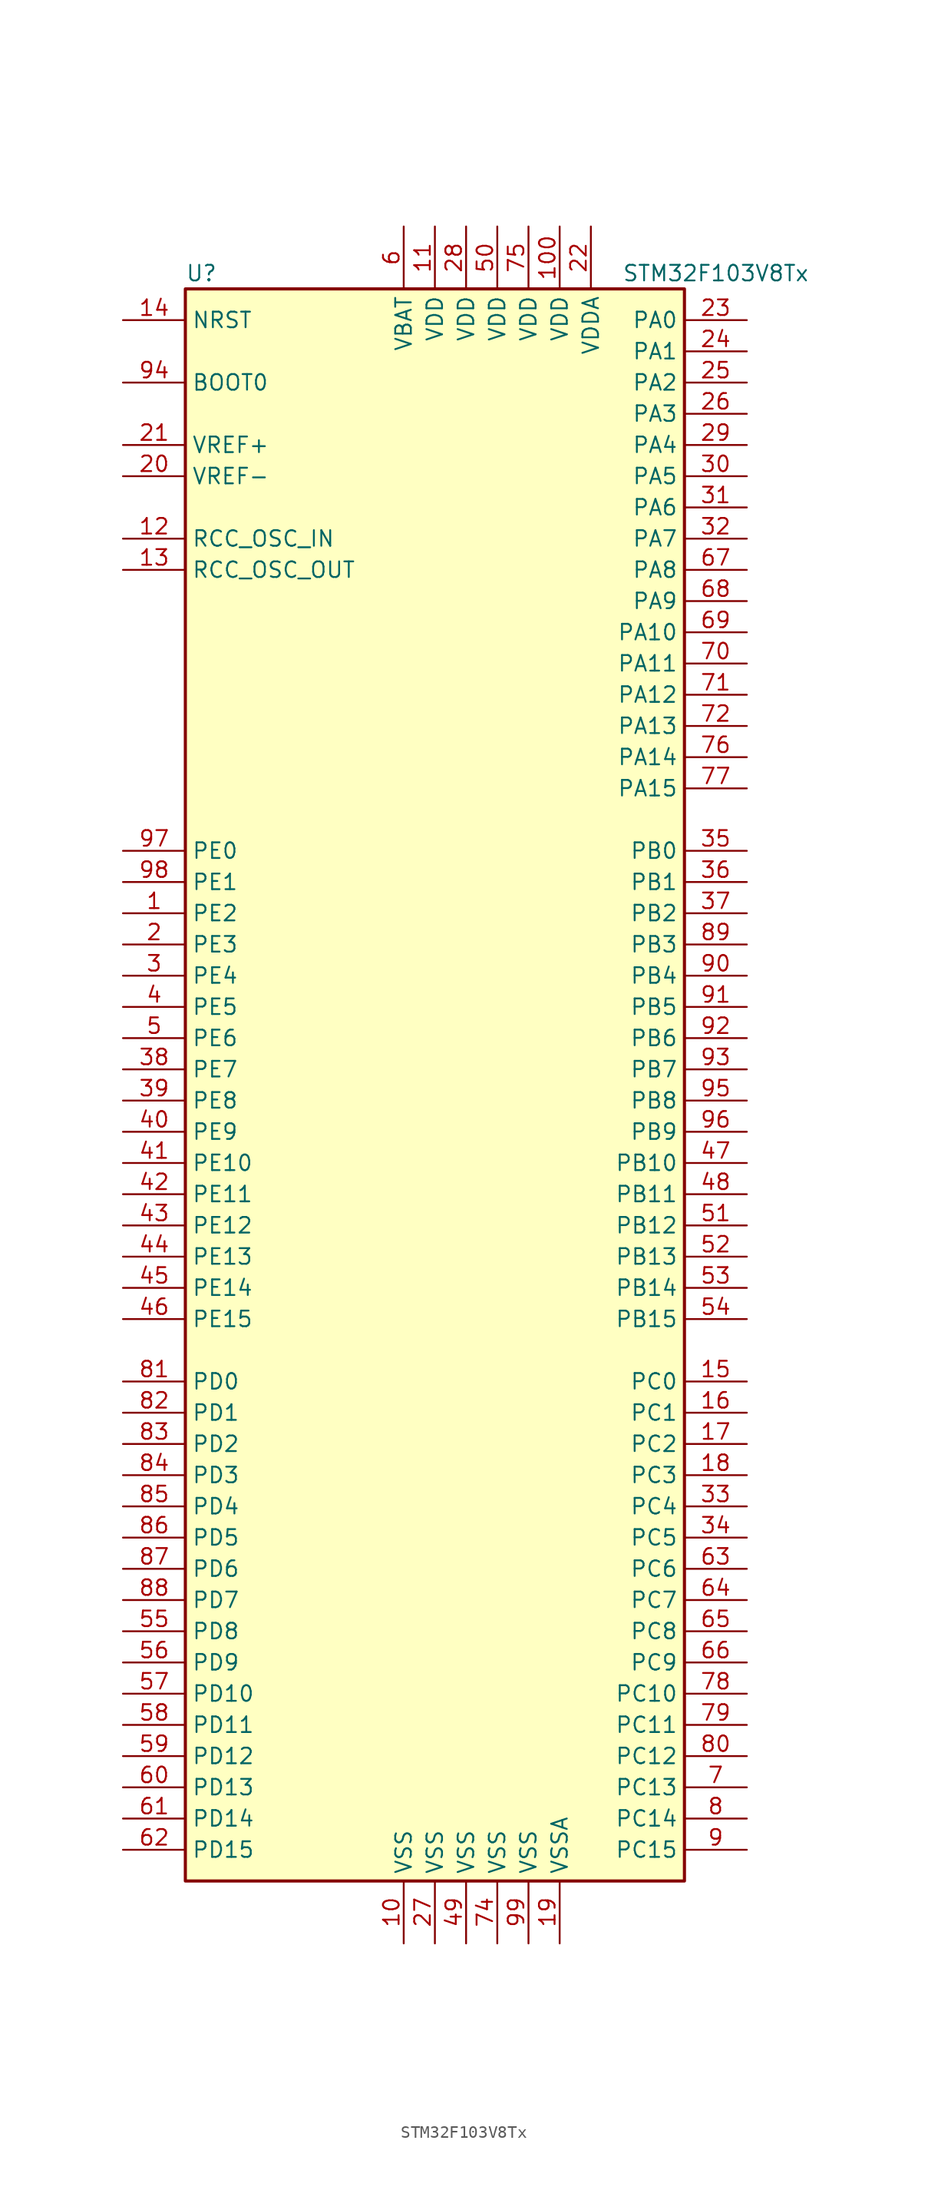
<source format=kicad_sym>
(kicad_symbol_lib
  (version 20201005)
  (generator kicad_symbol_editor)
  (symbol "STM32F103V8Tx"
    (property "Reference" "U"
      (at -20.32 64.77 0)
      (effects (font (size 1.27 1.27)) (justify left)))
    (property "Value" "STM32F103V8Tx"
      (at 15.24 64.77 0)
      (effects (font (size 1.27 1.27)) (justify left)))
    (symbol "STM32F103V8Tx_0_1"
      (rectangle (start -20.32 -66.04) (end 20.32 63.5) (stroke (width 0.254)) (fill (type background))))
    (symbol "STM32F103V8Tx_1_1"
      (pin input line (at -25.4 55.88 0) (length 5.08) (name "BOOT0" (effects (font (size 1.27 1.27)))) (number "94" (effects (font (size 1.27 1.27)))))
      (pin no_connect line (at -20.32 -63.5 0) (length 5.08) hide (name "NC" (effects (font (size 1.27 1.27)))) (number "73" (effects (font (size 1.27 1.27)))))
      (pin input line (at -25.4 60.96 0) (length 5.08) (name "NRST" (effects (font (size 1.27 1.27)))) (number "14" (effects (font (size 1.27 1.27)))))
      (pin bidirectional line (at 25.4 60.96 180) (length 5.08) (name "PA0" (effects (font (size 1.27 1.27)))) (number "23" (effects (font (size 1.27 1.27)))))
      (pin bidirectional line (at 25.4 58.42 180) (length 5.08) (name "PA1" (effects (font (size 1.27 1.27)))) (number "24" (effects (font (size 1.27 1.27)))))
      (pin bidirectional line (at 25.4 35.56 180) (length 5.08) (name "PA10" (effects (font (size 1.27 1.27)))) (number "69" (effects (font (size 1.27 1.27)))))
      (pin bidirectional line (at 25.4 33.02 180) (length 5.08) (name "PA11" (effects (font (size 1.27 1.27)))) (number "70" (effects (font (size 1.27 1.27)))))
      (pin bidirectional line (at 25.4 30.48 180) (length 5.08) (name "PA12" (effects (font (size 1.27 1.27)))) (number "71" (effects (font (size 1.27 1.27)))))
      (pin bidirectional line (at 25.4 27.94 180) (length 5.08) (name "PA13" (effects (font (size 1.27 1.27)))) (number "72" (effects (font (size 1.27 1.27)))))
      (pin bidirectional line (at 25.4 25.4 180) (length 5.08) (name "PA14" (effects (font (size 1.27 1.27)))) (number "76" (effects (font (size 1.27 1.27)))))
      (pin bidirectional line (at 25.4 22.86 180) (length 5.08) (name "PA15" (effects (font (size 1.27 1.27)))) (number "77" (effects (font (size 1.27 1.27)))))
      (pin bidirectional line (at 25.4 55.88 180) (length 5.08) (name "PA2" (effects (font (size 1.27 1.27)))) (number "25" (effects (font (size 1.27 1.27)))))
      (pin bidirectional line (at 25.4 53.34 180) (length 5.08) (name "PA3" (effects (font (size 1.27 1.27)))) (number "26" (effects (font (size 1.27 1.27)))))
      (pin bidirectional line (at 25.4 50.8 180) (length 5.08) (name "PA4" (effects (font (size 1.27 1.27)))) (number "29" (effects (font (size 1.27 1.27)))))
      (pin bidirectional line (at 25.4 48.26 180) (length 5.08) (name "PA5" (effects (font (size 1.27 1.27)))) (number "30" (effects (font (size 1.27 1.27)))))
      (pin bidirectional line (at 25.4 45.72 180) (length 5.08) (name "PA6" (effects (font (size 1.27 1.27)))) (number "31" (effects (font (size 1.27 1.27)))))
      (pin bidirectional line (at 25.4 43.18 180) (length 5.08) (name "PA7" (effects (font (size 1.27 1.27)))) (number "32" (effects (font (size 1.27 1.27)))))
      (pin bidirectional line (at 25.4 40.64 180) (length 5.08) (name "PA8" (effects (font (size 1.27 1.27)))) (number "67" (effects (font (size 1.27 1.27)))))
      (pin bidirectional line (at 25.4 38.1 180) (length 5.08) (name "PA9" (effects (font (size 1.27 1.27)))) (number "68" (effects (font (size 1.27 1.27)))))
      (pin bidirectional line (at 25.4 17.78 180) (length 5.08) (name "PB0" (effects (font (size 1.27 1.27)))) (number "35" (effects (font (size 1.27 1.27)))))
      (pin bidirectional line (at 25.4 15.24 180) (length 5.08) (name "PB1" (effects (font (size 1.27 1.27)))) (number "36" (effects (font (size 1.27 1.27)))))
      (pin bidirectional line (at 25.4 -7.62 180) (length 5.08) (name "PB10" (effects (font (size 1.27 1.27)))) (number "47" (effects (font (size 1.27 1.27)))))
      (pin bidirectional line (at 25.4 -10.16 180) (length 5.08) (name "PB11" (effects (font (size 1.27 1.27)))) (number "48" (effects (font (size 1.27 1.27)))))
      (pin bidirectional line (at 25.4 -12.7 180) (length 5.08) (name "PB12" (effects (font (size 1.27 1.27)))) (number "51" (effects (font (size 1.27 1.27)))))
      (pin bidirectional line (at 25.4 -15.24 180) (length 5.08) (name "PB13" (effects (font (size 1.27 1.27)))) (number "52" (effects (font (size 1.27 1.27)))))
      (pin bidirectional line (at 25.4 -17.78 180) (length 5.08) (name "PB14" (effects (font (size 1.27 1.27)))) (number "53" (effects (font (size 1.27 1.27)))))
      (pin bidirectional line (at 25.4 -20.32 180) (length 5.08) (name "PB15" (effects (font (size 1.27 1.27)))) (number "54" (effects (font (size 1.27 1.27)))))
      (pin bidirectional line (at 25.4 12.7 180) (length 5.08) (name "PB2" (effects (font (size 1.27 1.27)))) (number "37" (effects (font (size 1.27 1.27)))))
      (pin bidirectional line (at 25.4 10.16 180) (length 5.08) (name "PB3" (effects (font (size 1.27 1.27)))) (number "89" (effects (font (size 1.27 1.27)))))
      (pin bidirectional line (at 25.4 7.62 180) (length 5.08) (name "PB4" (effects (font (size 1.27 1.27)))) (number "90" (effects (font (size 1.27 1.27)))))
      (pin bidirectional line (at 25.4 5.08 180) (length 5.08) (name "PB5" (effects (font (size 1.27 1.27)))) (number "91" (effects (font (size 1.27 1.27)))))
      (pin bidirectional line (at 25.4 2.54 180) (length 5.08) (name "PB6" (effects (font (size 1.27 1.27)))) (number "92" (effects (font (size 1.27 1.27)))))
      (pin bidirectional line (at 25.4 0 180) (length 5.08) (name "PB7" (effects (font (size 1.27 1.27)))) (number "93" (effects (font (size 1.27 1.27)))))
      (pin bidirectional line (at 25.4 -2.54 180) (length 5.08) (name "PB8" (effects (font (size 1.27 1.27)))) (number "95" (effects (font (size 1.27 1.27)))))
      (pin bidirectional line (at 25.4 -5.08 180) (length 5.08) (name "PB9" (effects (font (size 1.27 1.27)))) (number "96" (effects (font (size 1.27 1.27)))))
      (pin bidirectional line (at 25.4 -25.4 180) (length 5.08) (name "PC0" (effects (font (size 1.27 1.27)))) (number "15" (effects (font (size 1.27 1.27)))))
      (pin bidirectional line (at 25.4 -27.94 180) (length 5.08) (name "PC1" (effects (font (size 1.27 1.27)))) (number "16" (effects (font (size 1.27 1.27)))))
      (pin bidirectional line (at 25.4 -50.8 180) (length 5.08) (name "PC10" (effects (font (size 1.27 1.27)))) (number "78" (effects (font (size 1.27 1.27)))))
      (pin bidirectional line (at 25.4 -53.34 180) (length 5.08) (name "PC11" (effects (font (size 1.27 1.27)))) (number "79" (effects (font (size 1.27 1.27)))))
      (pin bidirectional line (at 25.4 -55.88 180) (length 5.08) (name "PC12" (effects (font (size 1.27 1.27)))) (number "80" (effects (font (size 1.27 1.27)))))
      (pin bidirectional line (at 25.4 -58.42 180) (length 5.08) (name "PC13" (effects (font (size 1.27 1.27)))) (number "7" (effects (font (size 1.27 1.27)))))
      (pin bidirectional line (at 25.4 -60.96 180) (length 5.08) (name "PC14" (effects (font (size 1.27 1.27)))) (number "8" (effects (font (size 1.27 1.27)))))
      (pin bidirectional line (at 25.4 -63.5 180) (length 5.08) (name "PC15" (effects (font (size 1.27 1.27)))) (number "9" (effects (font (size 1.27 1.27)))))
      (pin bidirectional line (at 25.4 -30.48 180) (length 5.08) (name "PC2" (effects (font (size 1.27 1.27)))) (number "17" (effects (font (size 1.27 1.27)))))
      (pin bidirectional line (at 25.4 -33.02 180) (length 5.08) (name "PC3" (effects (font (size 1.27 1.27)))) (number "18" (effects (font (size 1.27 1.27)))))
      (pin bidirectional line (at 25.4 -35.56 180) (length 5.08) (name "PC4" (effects (font (size 1.27 1.27)))) (number "33" (effects (font (size 1.27 1.27)))))
      (pin bidirectional line (at 25.4 -38.1 180) (length 5.08) (name "PC5" (effects (font (size 1.27 1.27)))) (number "34" (effects (font (size 1.27 1.27)))))
      (pin bidirectional line (at 25.4 -40.64 180) (length 5.08) (name "PC6" (effects (font (size 1.27 1.27)))) (number "63" (effects (font (size 1.27 1.27)))))
      (pin bidirectional line (at 25.4 -43.18 180) (length 5.08) (name "PC7" (effects (font (size 1.27 1.27)))) (number "64" (effects (font (size 1.27 1.27)))))
      (pin bidirectional line (at 25.4 -45.72 180) (length 5.08) (name "PC8" (effects (font (size 1.27 1.27)))) (number "65" (effects (font (size 1.27 1.27)))))
      (pin bidirectional line (at 25.4 -48.26 180) (length 5.08) (name "PC9" (effects (font (size 1.27 1.27)))) (number "66" (effects (font (size 1.27 1.27)))))
      (pin bidirectional line (at -25.4 -25.4 0) (length 5.08) (name "PD0" (effects (font (size 1.27 1.27)))) (number "81" (effects (font (size 1.27 1.27)))))
      (pin bidirectional line (at -25.4 -27.94 0) (length 5.08) (name "PD1" (effects (font (size 1.27 1.27)))) (number "82" (effects (font (size 1.27 1.27)))))
      (pin bidirectional line (at -25.4 -50.8 0) (length 5.08) (name "PD10" (effects (font (size 1.27 1.27)))) (number "57" (effects (font (size 1.27 1.27)))))
      (pin bidirectional line (at -25.4 -53.34 0) (length 5.08) (name "PD11" (effects (font (size 1.27 1.27)))) (number "58" (effects (font (size 1.27 1.27)))))
      (pin bidirectional line (at -25.4 -55.88 0) (length 5.08) (name "PD12" (effects (font (size 1.27 1.27)))) (number "59" (effects (font (size 1.27 1.27)))))
      (pin bidirectional line (at -25.4 -58.42 0) (length 5.08) (name "PD13" (effects (font (size 1.27 1.27)))) (number "60" (effects (font (size 1.27 1.27)))))
      (pin bidirectional line (at -25.4 -60.96 0) (length 5.08) (name "PD14" (effects (font (size 1.27 1.27)))) (number "61" (effects (font (size 1.27 1.27)))))
      (pin bidirectional line (at -25.4 -63.5 0) (length 5.08) (name "PD15" (effects (font (size 1.27 1.27)))) (number "62" (effects (font (size 1.27 1.27)))))
      (pin bidirectional line (at -25.4 -30.48 0) (length 5.08) (name "PD2" (effects (font (size 1.27 1.27)))) (number "83" (effects (font (size 1.27 1.27)))))
      (pin bidirectional line (at -25.4 -33.02 0) (length 5.08) (name "PD3" (effects (font (size 1.27 1.27)))) (number "84" (effects (font (size 1.27 1.27)))))
      (pin bidirectional line (at -25.4 -35.56 0) (length 5.08) (name "PD4" (effects (font (size 1.27 1.27)))) (number "85" (effects (font (size 1.27 1.27)))))
      (pin bidirectional line (at -25.4 -38.1 0) (length 5.08) (name "PD5" (effects (font (size 1.27 1.27)))) (number "86" (effects (font (size 1.27 1.27)))))
      (pin bidirectional line (at -25.4 -40.64 0) (length 5.08) (name "PD6" (effects (font (size 1.27 1.27)))) (number "87" (effects (font (size 1.27 1.27)))))
      (pin bidirectional line (at -25.4 -43.18 0) (length 5.08) (name "PD7" (effects (font (size 1.27 1.27)))) (number "88" (effects (font (size 1.27 1.27)))))
      (pin bidirectional line (at -25.4 -45.72 0) (length 5.08) (name "PD8" (effects (font (size 1.27 1.27)))) (number "55" (effects (font (size 1.27 1.27)))))
      (pin bidirectional line (at -25.4 -48.26 0) (length 5.08) (name "PD9" (effects (font (size 1.27 1.27)))) (number "56" (effects (font (size 1.27 1.27)))))
      (pin bidirectional line (at -25.4 17.78 0) (length 5.08) (name "PE0" (effects (font (size 1.27 1.27)))) (number "97" (effects (font (size 1.27 1.27)))))
      (pin bidirectional line (at -25.4 15.24 0) (length 5.08) (name "PE1" (effects (font (size 1.27 1.27)))) (number "98" (effects (font (size 1.27 1.27)))))
      (pin bidirectional line (at -25.4 -7.62 0) (length 5.08) (name "PE10" (effects (font (size 1.27 1.27)))) (number "41" (effects (font (size 1.27 1.27)))))
      (pin bidirectional line (at -25.4 -10.16 0) (length 5.08) (name "PE11" (effects (font (size 1.27 1.27)))) (number "42" (effects (font (size 1.27 1.27)))))
      (pin bidirectional line (at -25.4 -12.7 0) (length 5.08) (name "PE12" (effects (font (size 1.27 1.27)))) (number "43" (effects (font (size 1.27 1.27)))))
      (pin bidirectional line (at -25.4 -15.24 0) (length 5.08) (name "PE13" (effects (font (size 1.27 1.27)))) (number "44" (effects (font (size 1.27 1.27)))))
      (pin bidirectional line (at -25.4 -17.78 0) (length 5.08) (name "PE14" (effects (font (size 1.27 1.27)))) (number "45" (effects (font (size 1.27 1.27)))))
      (pin bidirectional line (at -25.4 -20.32 0) (length 5.08) (name "PE15" (effects (font (size 1.27 1.27)))) (number "46" (effects (font (size 1.27 1.27)))))
      (pin bidirectional line (at -25.4 12.7 0) (length 5.08) (name "PE2" (effects (font (size 1.27 1.27)))) (number "1" (effects (font (size 1.27 1.27)))))
      (pin bidirectional line (at -25.4 10.16 0) (length 5.08) (name "PE3" (effects (font (size 1.27 1.27)))) (number "2" (effects (font (size 1.27 1.27)))))
      (pin bidirectional line (at -25.4 7.62 0) (length 5.08) (name "PE4" (effects (font (size 1.27 1.27)))) (number "3" (effects (font (size 1.27 1.27)))))
      (pin bidirectional line (at -25.4 5.08 0) (length 5.08) (name "PE5" (effects (font (size 1.27 1.27)))) (number "4" (effects (font (size 1.27 1.27)))))
      (pin bidirectional line (at -25.4 2.54 0) (length 5.08) (name "PE6" (effects (font (size 1.27 1.27)))) (number "5" (effects (font (size 1.27 1.27)))))
      (pin bidirectional line (at -25.4 0 0) (length 5.08) (name "PE7" (effects (font (size 1.27 1.27)))) (number "38" (effects (font (size 1.27 1.27)))))
      (pin bidirectional line (at -25.4 -2.54 0) (length 5.08) (name "PE8" (effects (font (size 1.27 1.27)))) (number "39" (effects (font (size 1.27 1.27)))))
      (pin bidirectional line (at -25.4 -5.08 0) (length 5.08) (name "PE9" (effects (font (size 1.27 1.27)))) (number "40" (effects (font (size 1.27 1.27)))))
      (pin input line (at -25.4 43.18 0) (length 5.08) (name "RCC_OSC_IN" (effects (font (size 1.27 1.27)))) (number "12" (effects (font (size 1.27 1.27)))))
      (pin input line (at -25.4 40.64 0) (length 5.08) (name "RCC_OSC_OUT" (effects (font (size 1.27 1.27)))) (number "13" (effects (font (size 1.27 1.27)))))
      (pin power_in line (at -2.54 68.58 270) (length 5.08) (name "VBAT" (effects (font (size 1.27 1.27)))) (number "6" (effects (font (size 1.27 1.27)))))
      (pin power_in line (at 10.16 68.58 270) (length 5.08) (name "VDD" (effects (font (size 1.27 1.27)))) (number "100" (effects (font (size 1.27 1.27)))))
      (pin power_in line (at 0 68.58 270) (length 5.08) (name "VDD" (effects (font (size 1.27 1.27)))) (number "11" (effects (font (size 1.27 1.27)))))
      (pin power_in line (at 2.54 68.58 270) (length 5.08) (name "VDD" (effects (font (size 1.27 1.27)))) (number "28" (effects (font (size 1.27 1.27)))))
      (pin power_in line (at 5.08 68.58 270) (length 5.08) (name "VDD" (effects (font (size 1.27 1.27)))) (number "50" (effects (font (size 1.27 1.27)))))
      (pin power_in line (at 7.62 68.58 270) (length 5.08) (name "VDD" (effects (font (size 1.27 1.27)))) (number "75" (effects (font (size 1.27 1.27)))))
      (pin power_in line (at 12.7 68.58 270) (length 5.08) (name "VDDA" (effects (font (size 1.27 1.27)))) (number "22" (effects (font (size 1.27 1.27)))))
      (pin power_in line (at -25.4 50.8 0) (length 5.08) (name "VREF+" (effects (font (size 1.27 1.27)))) (number "21" (effects (font (size 1.27 1.27)))))
      (pin power_in line (at -25.4 48.26 0) (length 5.08) (name "VREF-" (effects (font (size 1.27 1.27)))) (number "20" (effects (font (size 1.27 1.27)))))
      (pin power_in line (at -2.54 -71.12 90) (length 5.08) (name "VSS" (effects (font (size 1.27 1.27)))) (number "10" (effects (font (size 1.27 1.27)))))
      (pin power_in line (at 0 -71.12 90) (length 5.08) (name "VSS" (effects (font (size 1.27 1.27)))) (number "27" (effects (font (size 1.27 1.27)))))
      (pin power_in line (at 2.54 -71.12 90) (length 5.08) (name "VSS" (effects (font (size 1.27 1.27)))) (number "49" (effects (font (size 1.27 1.27)))))
      (pin power_in line (at 5.08 -71.12 90) (length 5.08) (name "VSS" (effects (font (size 1.27 1.27)))) (number "74" (effects (font (size 1.27 1.27)))))
      (pin power_in line (at 7.62 -71.12 90) (length 5.08) (name "VSS" (effects (font (size 1.27 1.27)))) (number "99" (effects (font (size 1.27 1.27)))))
      (pin power_in line (at 10.16 -71.12 90) (length 5.08) (name "VSSA" (effects (font (size 1.27 1.27)))) (number "19" (effects (font (size 1.27 1.27))))))))
</source>
